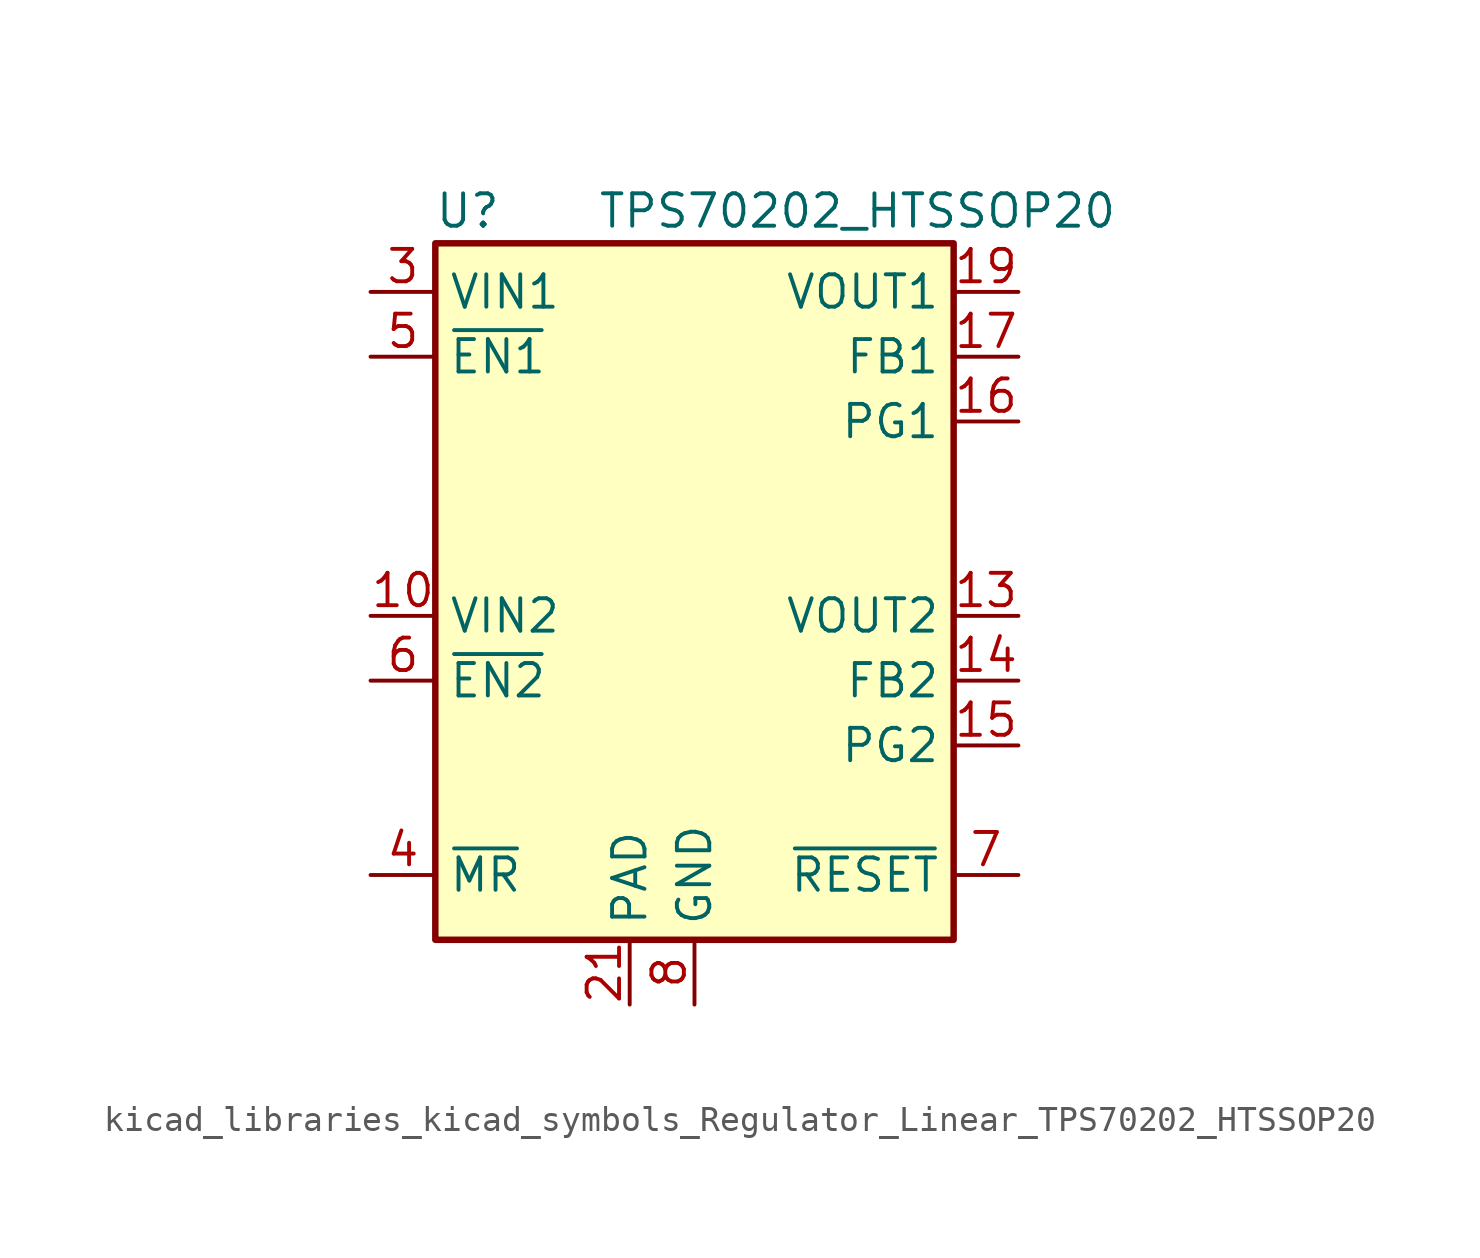
<source format=kicad_sym>
(kicad_symbol_lib
  (version 20220914)
  (generator kicad_symbol_editor)
  (symbol "kicad_libraries_kicad_symbols_Regulator_Linear_TPS70202_HTSSOP20"
    (property "Reference" "U"
      (at -8.89 15.875 0)
      (effects (font (size 1.27 1.27))))
    (property "Value" "TPS70202_HTSSOP20"
      (at -3.81 15.875 0)
      (effects (font (size 1.27 1.27)) (justify left)))
    (symbol "kicad_libraries_kicad_symbols_Regulator_Linear_TPS70202_HTSSOP20_0_1"
      (rectangle (start -10.16 14.605) (end 10.16 -12.7) (stroke (width 0.254) (type default)) (fill (type background))))
    (symbol "kicad_libraries_kicad_symbols_Regulator_Linear_TPS70202_HTSSOP20_1_1"
      (pin no_connect line (at -10.16 7.62 0) (length 2.54) hide (name "NC" (effects (font (size 1.27 1.27)))) (number "1" (effects (font (size 1.27 1.27)))))
      (pin power_in line (at -12.7 0 0) (length 2.54) (name "VIN2" (effects (font (size 1.27 1.27)))) (number "10" (effects (font (size 1.27 1.27)))))
      (pin no_connect line (at -10.16 5.08 0) (length 2.54) hide (name "NC" (effects (font (size 1.27 1.27)))) (number "11" (effects (font (size 1.27 1.27)))))
      (pin passive line (at 12.7 0 180) (length 2.54) hide (name "VOUT2" (effects (font (size 1.27 1.27)))) (number "12" (effects (font (size 1.27 1.27)))))
      (pin power_out line (at 12.7 0 180) (length 2.54) (name "VOUT2" (effects (font (size 1.27 1.27)))) (number "13" (effects (font (size 1.27 1.27)))))
      (pin input line (at 12.7 -2.54 180) (length 2.54) (name "FB2" (effects (font (size 1.27 1.27)))) (number "14" (effects (font (size 1.27 1.27)))))
      (pin open_collector line (at 12.7 -5.08 180) (length 2.54) (name "PG2" (effects (font (size 1.27 1.27)))) (number "15" (effects (font (size 1.27 1.27)))))
      (pin open_collector line (at 12.7 7.62 180) (length 2.54) (name "PG1" (effects (font (size 1.27 1.27)))) (number "16" (effects (font (size 1.27 1.27)))))
      (pin input line (at 12.7 10.16 180) (length 2.54) (name "FB1" (effects (font (size 1.27 1.27)))) (number "17" (effects (font (size 1.27 1.27)))))
      (pin passive line (at 12.7 12.7 180) (length 2.54) hide (name "VOUT1" (effects (font (size 1.27 1.27)))) (number "18" (effects (font (size 1.27 1.27)))))
      (pin power_out line (at 12.7 12.7 180) (length 2.54) (name "VOUT1" (effects (font (size 1.27 1.27)))) (number "19" (effects (font (size 1.27 1.27)))))
      (pin passive line (at -12.7 12.7 0) (length 2.54) hide (name "VIN1" (effects (font (size 1.27 1.27)))) (number "2" (effects (font (size 1.27 1.27)))))
      (pin no_connect line (at -10.16 -5.08 0) (length 2.54) hide (name "NC" (effects (font (size 1.27 1.27)))) (number "20" (effects (font (size 1.27 1.27)))))
      (pin power_in line (at -2.54 -15.24 90) (length 2.54) (name "PAD" (effects (font (size 1.27 1.27)))) (number "21" (effects (font (size 1.27 1.27)))))
      (pin power_in line (at -12.7 12.7 0) (length 2.54) (name "VIN1" (effects (font (size 1.27 1.27)))) (number "3" (effects (font (size 1.27 1.27)))))
      (pin input line (at -12.7 -10.16 0) (length 2.54) (name "~{MR}" (effects (font (size 1.27 1.27)))) (number "4" (effects (font (size 1.27 1.27)))))
      (pin input line (at -12.7 10.16 0) (length 2.54) (name "~{EN1}" (effects (font (size 1.27 1.27)))) (number "5" (effects (font (size 1.27 1.27)))))
      (pin input line (at -12.7 -2.54 0) (length 2.54) (name "~{EN2}" (effects (font (size 1.27 1.27)))) (number "6" (effects (font (size 1.27 1.27)))))
      (pin open_collector line (at 12.7 -10.16 180) (length 2.54) (name "~{RESET}" (effects (font (size 1.27 1.27)))) (number "7" (effects (font (size 1.27 1.27)))))
      (pin power_in line (at 0 -15.24 90) (length 2.54) (name "GND" (effects (font (size 1.27 1.27)))) (number "8" (effects (font (size 1.27 1.27)))))
      (pin passive line (at -12.7 0 0) (length 2.54) hide (name "VIN2" (effects (font (size 1.27 1.27)))) (number "9" (effects (font (size 1.27 1.27))))))))
</source>
